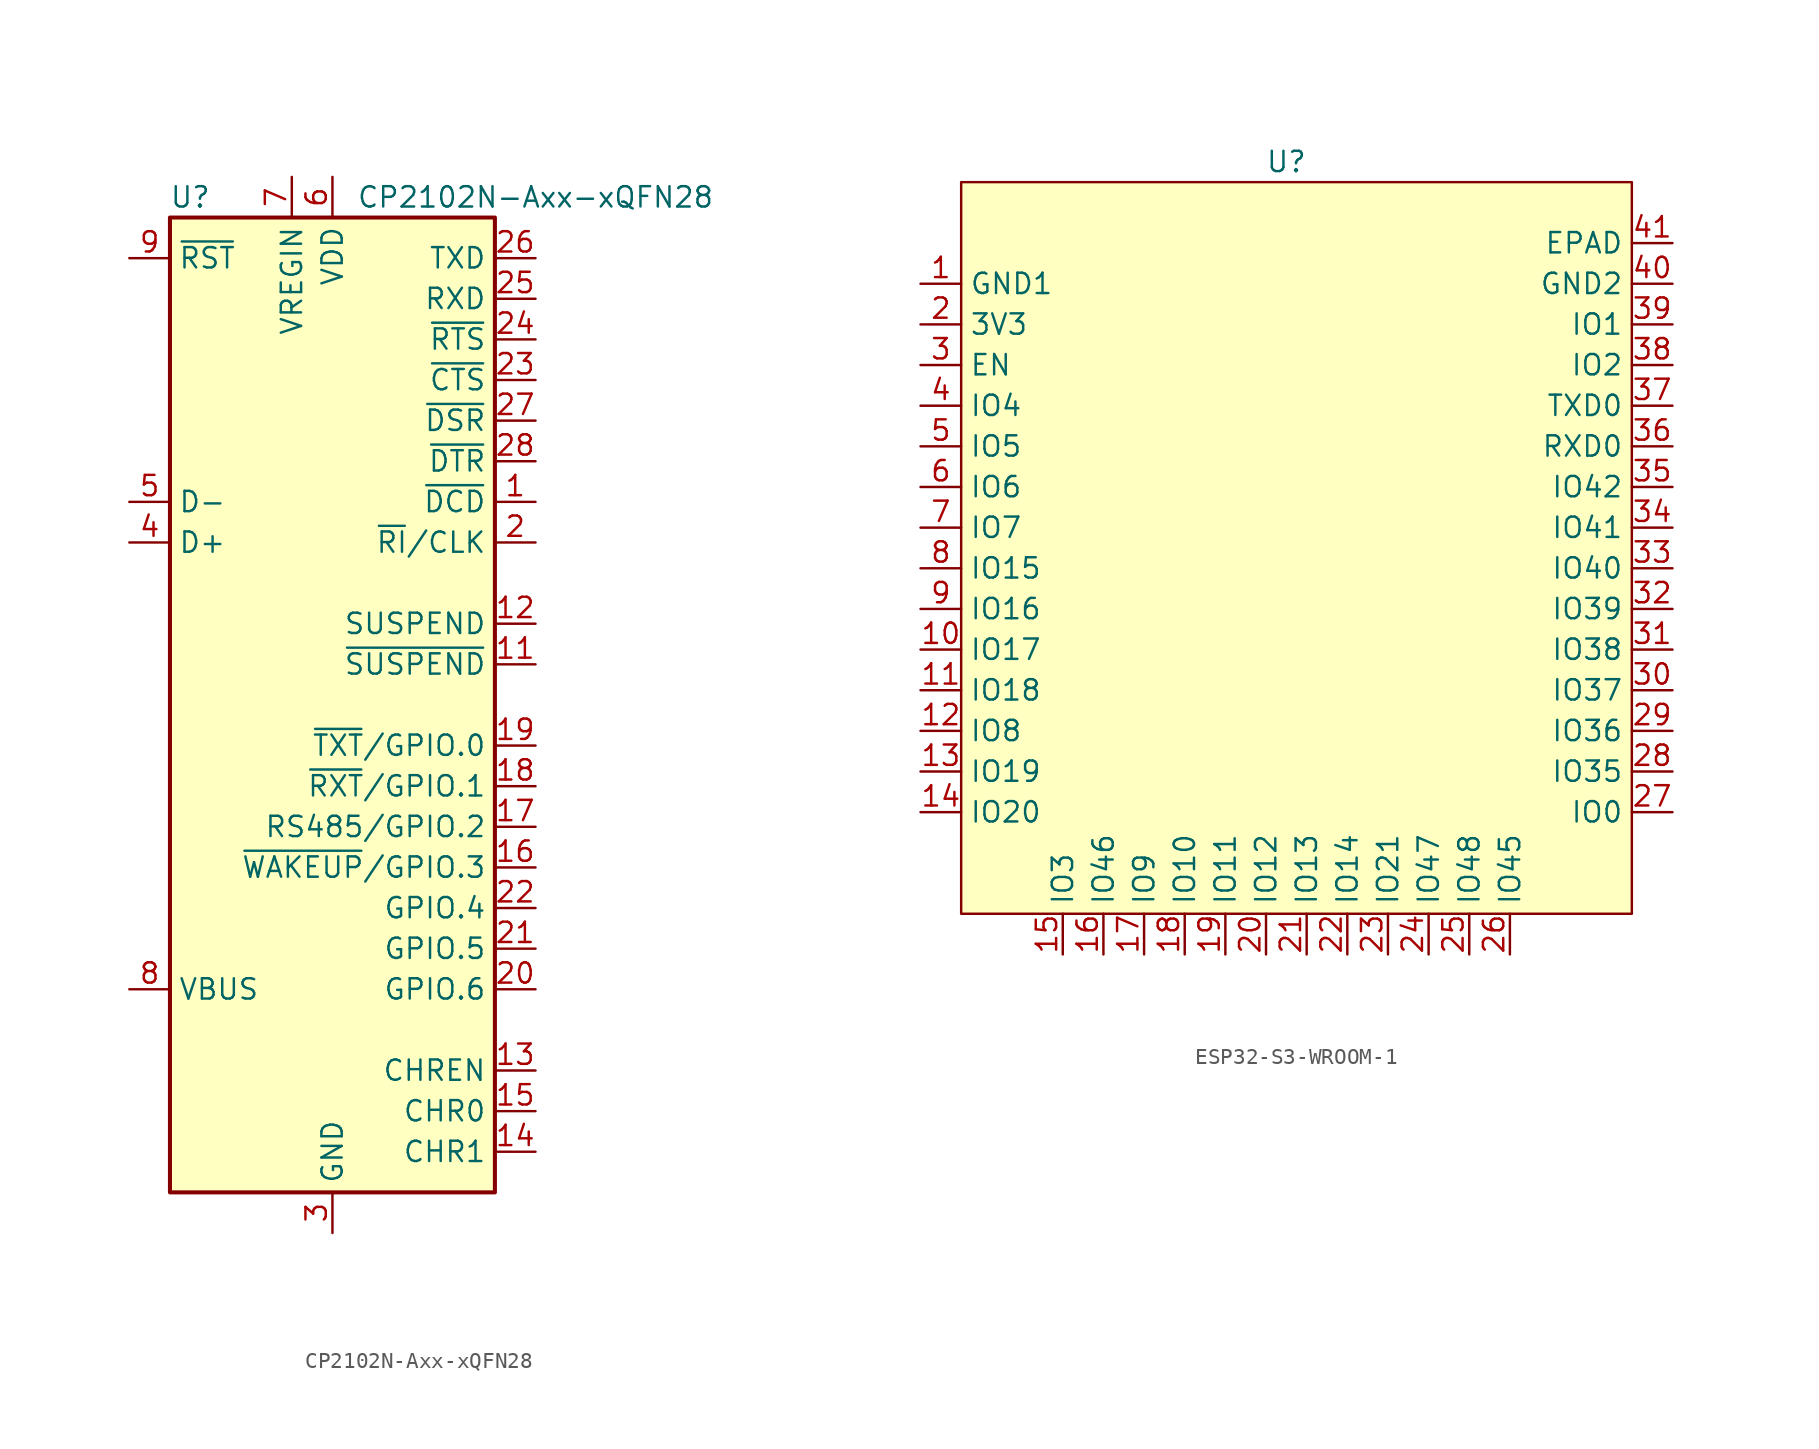
<source format=kicad_sym>
(kicad_symbol_lib
  (version 20220914)
  (generator kicad_symbol_editor)
  (symbol "CP2102N-Axx-xQFN28"
    (property "Reference" "U"
      (at -8.89 31.75 0)
      (effects (font (size 1.27 1.27))))
    (property "Value" "CP2102N-Axx-xQFN28"
      (at 12.7 31.75 0)
      (effects (font (size 1.27 1.27))))
    (symbol "CP2102N-Axx-xQFN28_0_1"
      (rectangle (start -10.16 30.48) (end 10.16 -30.48) (stroke (width 0.254) (type default)) (fill (type background))))
    (symbol "CP2102N-Axx-xQFN28_1_1"
      (pin input line (at 12.7 12.7 180) (length 2.54) (name "~{DCD}" (effects (font (size 1.27 1.27)))) (number "1" (effects (font (size 1.27 1.27)))))
      (pin no_connect line (at -10.16 -27.94 0) (length 2.54) hide (name "NC" (effects (font (size 1.27 1.27)))) (number "10" (effects (font (size 1.27 1.27)))))
      (pin output line (at 12.7 2.54 180) (length 2.54) (name "~{SUSPEND}" (effects (font (size 1.27 1.27)))) (number "11" (effects (font (size 1.27 1.27)))))
      (pin output line (at 12.7 5.08 180) (length 2.54) (name "SUSPEND" (effects (font (size 1.27 1.27)))) (number "12" (effects (font (size 1.27 1.27)))))
      (pin output line (at 12.7 -22.86 180) (length 2.54) (name "CHREN" (effects (font (size 1.27 1.27)))) (number "13" (effects (font (size 1.27 1.27)))))
      (pin output line (at 12.7 -27.94 180) (length 2.54) (name "CHR1" (effects (font (size 1.27 1.27)))) (number "14" (effects (font (size 1.27 1.27)))))
      (pin output line (at 12.7 -25.4 180) (length 2.54) (name "CHR0" (effects (font (size 1.27 1.27)))) (number "15" (effects (font (size 1.27 1.27)))))
      (pin bidirectional line (at 12.7 -10.16 180) (length 2.54) (name "~{WAKEUP}/GPIO.3" (effects (font (size 1.27 1.27)))) (number "16" (effects (font (size 1.27 1.27)))))
      (pin bidirectional line (at 12.7 -7.62 180) (length 2.54) (name "RS485/GPIO.2" (effects (font (size 1.27 1.27)))) (number "17" (effects (font (size 1.27 1.27)))))
      (pin bidirectional line (at 12.7 -5.08 180) (length 2.54) (name "~{RXT}/GPIO.1" (effects (font (size 1.27 1.27)))) (number "18" (effects (font (size 1.27 1.27)))))
      (pin bidirectional line (at 12.7 -2.54 180) (length 2.54) (name "~{TXT}/GPIO.0" (effects (font (size 1.27 1.27)))) (number "19" (effects (font (size 1.27 1.27)))))
      (pin bidirectional line (at 12.7 10.16 180) (length 2.54) (name "~{RI}/CLK" (effects (font (size 1.27 1.27)))) (number "2" (effects (font (size 1.27 1.27)))))
      (pin bidirectional line (at 12.7 -17.78 180) (length 2.54) (name "GPIO.6" (effects (font (size 1.27 1.27)))) (number "20" (effects (font (size 1.27 1.27)))))
      (pin bidirectional line (at 12.7 -15.24 180) (length 2.54) (name "GPIO.5" (effects (font (size 1.27 1.27)))) (number "21" (effects (font (size 1.27 1.27)))))
      (pin bidirectional line (at 12.7 -12.7 180) (length 2.54) (name "GPIO.4" (effects (font (size 1.27 1.27)))) (number "22" (effects (font (size 1.27 1.27)))))
      (pin input line (at 12.7 20.32 180) (length 2.54) (name "~{CTS}" (effects (font (size 1.27 1.27)))) (number "23" (effects (font (size 1.27 1.27)))))
      (pin output line (at 12.7 22.86 180) (length 2.54) (name "~{RTS}" (effects (font (size 1.27 1.27)))) (number "24" (effects (font (size 1.27 1.27)))))
      (pin input line (at 12.7 25.4 180) (length 2.54) (name "RXD" (effects (font (size 1.27 1.27)))) (number "25" (effects (font (size 1.27 1.27)))))
      (pin output line (at 12.7 27.94 180) (length 2.54) (name "TXD" (effects (font (size 1.27 1.27)))) (number "26" (effects (font (size 1.27 1.27)))))
      (pin input line (at 12.7 17.78 180) (length 2.54) (name "~{DSR}" (effects (font (size 1.27 1.27)))) (number "27" (effects (font (size 1.27 1.27)))))
      (pin output line (at 12.7 15.24 180) (length 2.54) (name "~{DTR}" (effects (font (size 1.27 1.27)))) (number "28" (effects (font (size 1.27 1.27)))))
      (pin passive line (at 0 -33.02 90) (length 2.54) hide (name "GND" (effects (font (size 1.27 1.27)))) (number "29" (effects (font (size 1.27 1.27)))))
      (pin power_in line (at 0 -33.02 90) (length 2.54) (name "GND" (effects (font (size 1.27 1.27)))) (number "3" (effects (font (size 1.27 1.27)))))
      (pin bidirectional line (at -12.7 10.16 0) (length 2.54) (name "D+" (effects (font (size 1.27 1.27)))) (number "4" (effects (font (size 1.27 1.27)))))
      (pin bidirectional line (at -12.7 12.7 0) (length 2.54) (name "D-" (effects (font (size 1.27 1.27)))) (number "5" (effects (font (size 1.27 1.27)))))
      (pin power_in line (at 0 33.02 270) (length 2.54) (name "VDD" (effects (font (size 1.27 1.27)))) (number "6" (effects (font (size 1.27 1.27)))))
      (pin power_in line (at -2.54 33.02 270) (length 2.54) (name "VREGIN" (effects (font (size 1.27 1.27)))) (number "7" (effects (font (size 1.27 1.27)))))
      (pin input line (at -12.7 -17.78 0) (length 2.54) (name "VBUS" (effects (font (size 1.27 1.27)))) (number "8" (effects (font (size 1.27 1.27)))))
      (pin input line (at -12.7 27.94 0) (length 2.54) (name "~{RST}" (effects (font (size 1.27 1.27)))) (number "9" (effects (font (size 1.27 1.27)))))))
  (symbol "ESP32-S3-WROOM-1"
    (property "Reference" "U"
      (at 20.32 46.99 0)
      (effects (font (size 1.27 1.27))))
    (property "Value" ""
      (at -1.27 0 0)
      (effects (font (size 1.27 1.27))))
    (symbol "ESP32-S3-WROOM-1_1_1"
      (rectangle (start 0 45.72) (end 41.91 0) (stroke (width 0) (type default)) (fill (type background)))
      (pin passive line (at -2.54 39.37 0) (length 2.54) (name "GND1" (effects (font (size 1.27 1.27)))) (number "1" (effects (font (size 1.27 1.27)))))
      (pin passive line (at -2.54 16.51 0) (length 2.54) (name "IO17" (effects (font (size 1.27 1.27)))) (number "10" (effects (font (size 1.27 1.27)))))
      (pin passive line (at -2.54 13.97 0) (length 2.54) (name "IO18" (effects (font (size 1.27 1.27)))) (number "11" (effects (font (size 1.27 1.27)))))
      (pin passive line (at -2.54 11.43 0) (length 2.54) (name "IO8" (effects (font (size 1.27 1.27)))) (number "12" (effects (font (size 1.27 1.27)))))
      (pin passive line (at -2.54 8.89 0) (length 2.54) (name "IO19" (effects (font (size 1.27 1.27)))) (number "13" (effects (font (size 1.27 1.27)))))
      (pin passive line (at -2.54 6.35 0) (length 2.54) (name "IO20" (effects (font (size 1.27 1.27)))) (number "14" (effects (font (size 1.27 1.27)))))
      (pin passive line (at 6.35 -2.54 90) (length 2.54) (name "IO3" (effects (font (size 1.27 1.27)))) (number "15" (effects (font (size 1.27 1.27)))))
      (pin passive line (at 8.89 -2.54 90) (length 2.54) (name "IO46" (effects (font (size 1.27 1.27)))) (number "16" (effects (font (size 1.27 1.27)))))
      (pin passive line (at 11.43 -2.54 90) (length 2.54) (name "IO9" (effects (font (size 1.27 1.27)))) (number "17" (effects (font (size 1.27 1.27)))))
      (pin passive line (at 13.97 -2.54 90) (length 2.54) (name "IO10" (effects (font (size 1.27 1.27)))) (number "18" (effects (font (size 1.27 1.27)))))
      (pin passive line (at 16.51 -2.54 90) (length 2.54) (name "IO11" (effects (font (size 1.27 1.27)))) (number "19" (effects (font (size 1.27 1.27)))))
      (pin passive line (at -2.54 36.83 0) (length 2.54) (name "3V3" (effects (font (size 1.27 1.27)))) (number "2" (effects (font (size 1.27 1.27)))))
      (pin passive line (at 19.05 -2.54 90) (length 2.54) (name "IO12" (effects (font (size 1.27 1.27)))) (number "20" (effects (font (size 1.27 1.27)))))
      (pin passive line (at 21.59 -2.54 90) (length 2.54) (name "IO13" (effects (font (size 1.27 1.27)))) (number "21" (effects (font (size 1.27 1.27)))))
      (pin passive line (at 24.13 -2.54 90) (length 2.54) (name "IO14" (effects (font (size 1.27 1.27)))) (number "22" (effects (font (size 1.27 1.27)))))
      (pin passive line (at 26.67 -2.54 90) (length 2.54) (name "IO21" (effects (font (size 1.27 1.27)))) (number "23" (effects (font (size 1.27 1.27)))))
      (pin passive line (at 29.21 -2.54 90) (length 2.54) (name "IO47" (effects (font (size 1.27 1.27)))) (number "24" (effects (font (size 1.27 1.27)))))
      (pin passive line (at 31.75 -2.54 90) (length 2.54) (name "IO48" (effects (font (size 1.27 1.27)))) (number "25" (effects (font (size 1.27 1.27)))))
      (pin passive line (at 34.29 -2.54 90) (length 2.54) (name "IO45" (effects (font (size 1.27 1.27)))) (number "26" (effects (font (size 1.27 1.27)))))
      (pin passive line (at 44.45 6.35 180) (length 2.54) (name "IO0" (effects (font (size 1.27 1.27)))) (number "27" (effects (font (size 1.27 1.27)))))
      (pin passive line (at 44.45 8.89 180) (length 2.54) (name "IO35" (effects (font (size 1.27 1.27)))) (number "28" (effects (font (size 1.27 1.27)))))
      (pin passive line (at 44.45 11.43 180) (length 2.54) (name "IO36" (effects (font (size 1.27 1.27)))) (number "29" (effects (font (size 1.27 1.27)))))
      (pin passive line (at -2.54 34.29 0) (length 2.54) (name "EN" (effects (font (size 1.27 1.27)))) (number "3" (effects (font (size 1.27 1.27)))))
      (pin passive line (at 44.45 13.97 180) (length 2.54) (name "IO37" (effects (font (size 1.27 1.27)))) (number "30" (effects (font (size 1.27 1.27)))))
      (pin passive line (at 44.45 16.51 180) (length 2.54) (name "IO38" (effects (font (size 1.27 1.27)))) (number "31" (effects (font (size 1.27 1.27)))))
      (pin passive line (at 44.45 19.05 180) (length 2.54) (name "IO39" (effects (font (size 1.27 1.27)))) (number "32" (effects (font (size 1.27 1.27)))))
      (pin passive line (at 44.45 21.59 180) (length 2.54) (name "IO40" (effects (font (size 1.27 1.27)))) (number "33" (effects (font (size 1.27 1.27)))))
      (pin passive line (at 44.45 24.13 180) (length 2.54) (name "IO41" (effects (font (size 1.27 1.27)))) (number "34" (effects (font (size 1.27 1.27)))))
      (pin passive line (at 44.45 26.67 180) (length 2.54) (name "IO42" (effects (font (size 1.27 1.27)))) (number "35" (effects (font (size 1.27 1.27)))))
      (pin passive line (at 44.45 29.21 180) (length 2.54) (name "RXD0" (effects (font (size 1.27 1.27)))) (number "36" (effects (font (size 1.27 1.27)))))
      (pin passive line (at 44.45 31.75 180) (length 2.54) (name "TXD0" (effects (font (size 1.27 1.27)))) (number "37" (effects (font (size 1.27 1.27)))))
      (pin passive line (at 44.45 34.29 180) (length 2.54) (name "IO2" (effects (font (size 1.27 1.27)))) (number "38" (effects (font (size 1.27 1.27)))))
      (pin passive line (at 44.45 36.83 180) (length 2.54) (name "IO1" (effects (font (size 1.27 1.27)))) (number "39" (effects (font (size 1.27 1.27)))))
      (pin passive line (at -2.54 31.75 0) (length 2.54) (name "IO4" (effects (font (size 1.27 1.27)))) (number "4" (effects (font (size 1.27 1.27)))))
      (pin passive line (at 44.45 39.37 180) (length 2.54) (name "GND2" (effects (font (size 1.27 1.27)))) (number "40" (effects (font (size 1.27 1.27)))))
      (pin passive line (at 44.45 41.91 180) (length 2.54) (name "EPAD" (effects (font (size 1.27 1.27)))) (number "41" (effects (font (size 1.27 1.27)))))
      (pin passive line (at -2.54 29.21 0) (length 2.54) (name "IO5" (effects (font (size 1.27 1.27)))) (number "5" (effects (font (size 1.27 1.27)))))
      (pin passive line (at -2.54 26.67 0) (length 2.54) (name "IO6" (effects (font (size 1.27 1.27)))) (number "6" (effects (font (size 1.27 1.27)))))
      (pin passive line (at -2.54 24.13 0) (length 2.54) (name "IO7" (effects (font (size 1.27 1.27)))) (number "7" (effects (font (size 1.27 1.27)))))
      (pin passive line (at -2.54 21.59 0) (length 2.54) (name "IO15" (effects (font (size 1.27 1.27)))) (number "8" (effects (font (size 1.27 1.27)))))
      (pin passive line (at -2.54 19.05 0) (length 2.54) (name "IO16" (effects (font (size 1.27 1.27)))) (number "9" (effects (font (size 1.27 1.27))))))))
</source>
